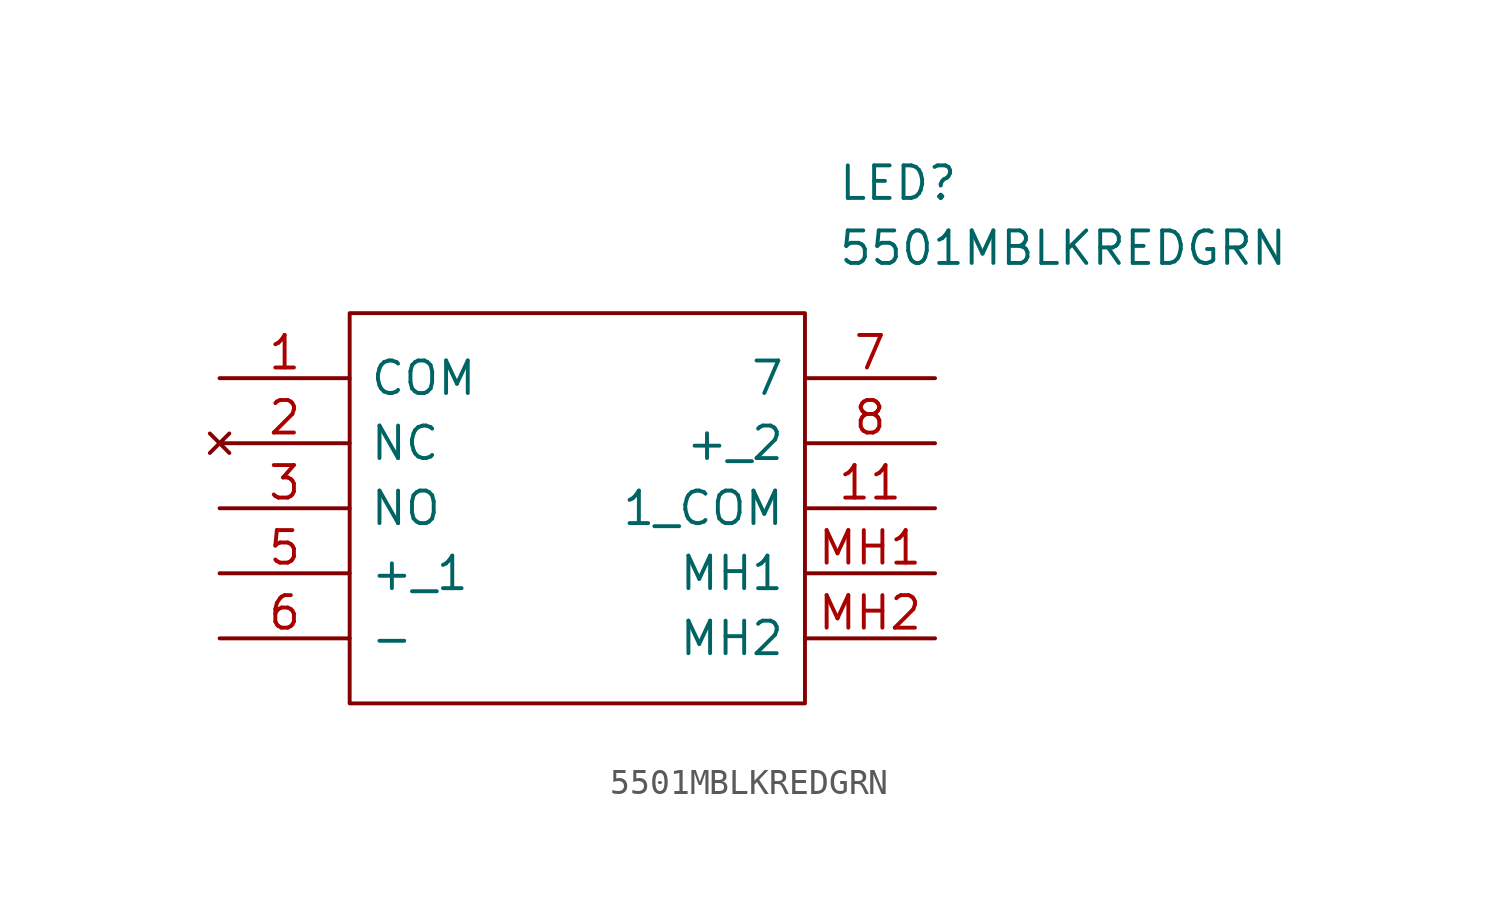
<source format=kicad_sym>
(kicad_symbol_lib
  (version 20211014)
  (generator kicad_symbol_editor)
  (symbol "5501MBLKREDGRN"
    (pin_names
      (offset 0.762))
    (property "Reference" "LED"
      (at 24.13 7.62 0)
      (effects (font (size 1.27 1.27)) (justify left)))
    (property "Value" "5501MBLKREDGRN"
      (at 24.13 5.08 0)
      (effects (font (size 1.27 1.27)) (justify left)))
    (symbol "5501MBLKREDGRN_0_0"
      (pin passive line (at 0 0 0) (length 5.08) (name "COM" (effects (font (size 1.27 1.27)))) (number "1" (effects (font (size 1.27 1.27)))))
      (pin passive line (at 27.94 -5.08 180) (length 5.08) (name "1_COM" (effects (font (size 1.27 1.27)))) (number "11" (effects (font (size 1.27 1.27)))))
      (pin no_connect line (at 0 -2.54 0) (length 5.08) (name "NC" (effects (font (size 1.27 1.27)))) (number "2" (effects (font (size 1.27 1.27)))))
      (pin passive line (at 0 -5.08 0) (length 5.08) (name "NO" (effects (font (size 1.27 1.27)))) (number "3" (effects (font (size 1.27 1.27)))))
      (pin passive line (at 0 -7.62 0) (length 5.08) (name "+_1" (effects (font (size 1.27 1.27)))) (number "5" (effects (font (size 1.27 1.27)))))
      (pin passive line (at 0 -10.16 0) (length 5.08) (name "-" (effects (font (size 1.27 1.27)))) (number "6" (effects (font (size 1.27 1.27)))))
      (pin passive line (at 27.94 0 180) (length 5.08) (name "7" (effects (font (size 1.27 1.27)))) (number "7" (effects (font (size 1.27 1.27)))))
      (pin passive line (at 27.94 -2.54 180) (length 5.08) (name "+_2" (effects (font (size 1.27 1.27)))) (number "8" (effects (font (size 1.27 1.27)))))
      (pin passive line (at 27.94 -7.62 180) (length 5.08) (name "MH1" (effects (font (size 1.27 1.27)))) (number "MH1" (effects (font (size 1.27 1.27)))))
      (pin passive line (at 27.94 -10.16 180) (length 5.08) (name "MH2" (effects (font (size 1.27 1.27)))) (number "MH2" (effects (font (size 1.27 1.27))))))
    (symbol "5501MBLKREDGRN_0_1"
      (polyline (pts (xy 5.08 2.54) (xy 22.86 2.54) (xy 22.86 -12.7) (xy 5.08 -12.7) (xy 5.08 2.54)) (stroke (width 0.152) (type default) (color 0 0 0 0)) (fill (type none))))))
</source>
